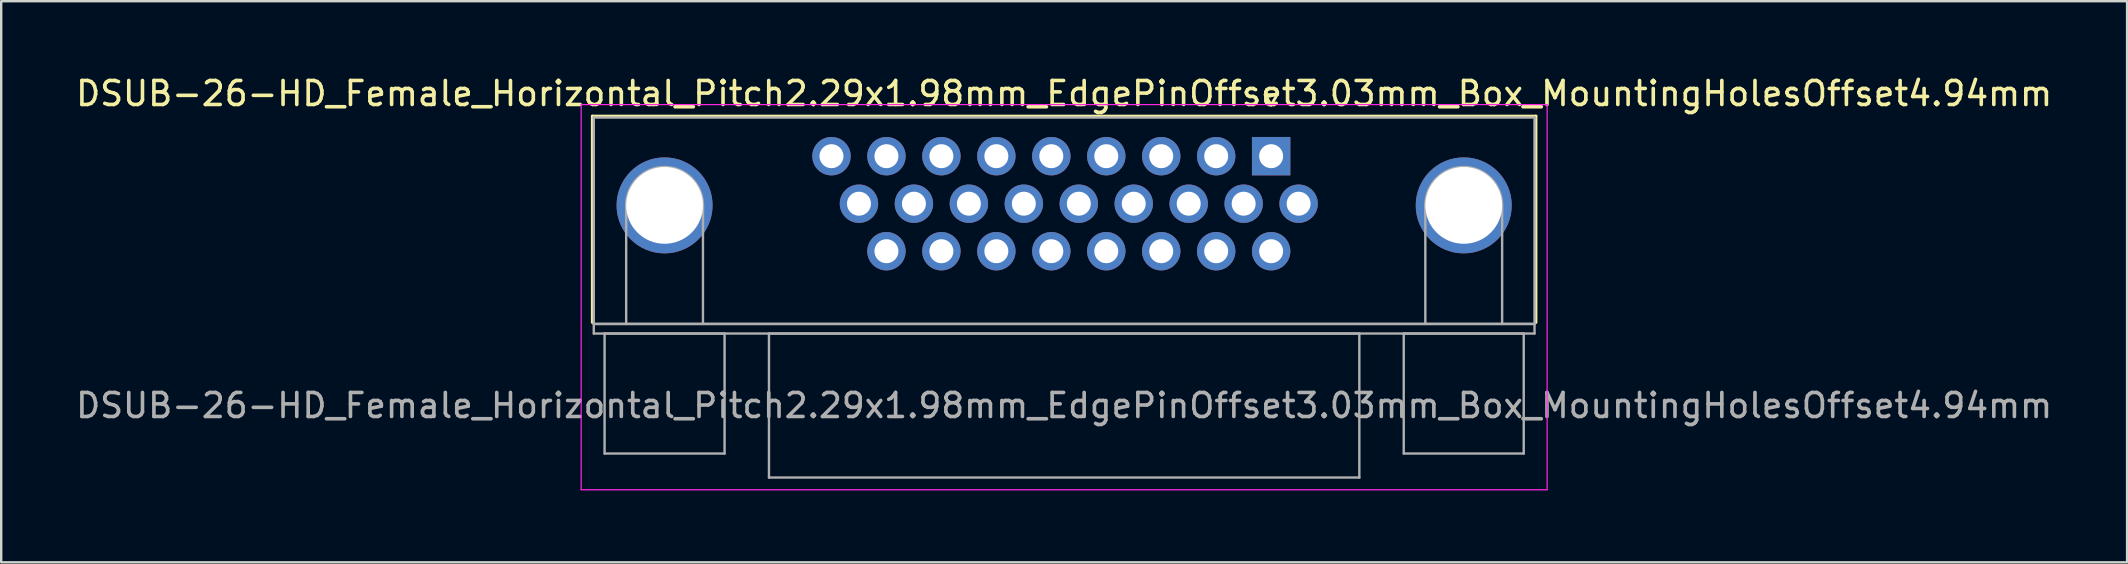
<source format=kicad_pcb>
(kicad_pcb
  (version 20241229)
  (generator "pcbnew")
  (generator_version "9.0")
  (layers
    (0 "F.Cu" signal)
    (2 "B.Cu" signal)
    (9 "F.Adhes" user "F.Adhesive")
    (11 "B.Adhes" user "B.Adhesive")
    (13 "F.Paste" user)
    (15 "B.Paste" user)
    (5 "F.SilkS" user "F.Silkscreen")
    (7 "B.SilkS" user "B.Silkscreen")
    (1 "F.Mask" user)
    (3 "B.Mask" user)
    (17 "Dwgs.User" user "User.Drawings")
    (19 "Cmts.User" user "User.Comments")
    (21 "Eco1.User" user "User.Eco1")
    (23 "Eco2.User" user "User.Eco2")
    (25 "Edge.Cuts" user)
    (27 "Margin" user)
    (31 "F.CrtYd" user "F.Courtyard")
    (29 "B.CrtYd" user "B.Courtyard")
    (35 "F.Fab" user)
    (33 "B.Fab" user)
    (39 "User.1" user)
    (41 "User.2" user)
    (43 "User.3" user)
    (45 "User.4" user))
  (footprint "DSUB-26-HD_Female_Horizontal_Pitch2.29x1.98mm_EdgePinOffset3.03mm_Box_MountingHolesOffset4.94mm"
    (layer "F.Cu")
    (at 49.917 3.458)
    (property "Reference" "DSUB-26-HD_Female_Horizontal_Pitch2.29x1.98mm_EdgePinOffset3.03mm_Box_MountingHolesOffset4.94mm" (at -8.625 -2.61 0) (layer "F.SilkS") (effects (font (size 1 1) (thickness 0.15))))
    (attr through_hole)
    (fp_line (start -28.285 -1.67) (end 11.035 -1.67) (stroke (width 0.12) (type solid)) (layer "F.SilkS"))
    (fp_line (start -28.285 6.93) (end -28.285 -1.67) (stroke (width 0.12) (type solid)) (layer "F.SilkS"))
    (fp_line (start -0.25 -2.564) (end 0.25 -2.564) (stroke (width 0.12) (type solid)) (layer "F.SilkS"))
    (fp_line (start 0 -2.131) (end -0.25 -2.564) (stroke (width 0.12) (type solid)) (layer "F.SilkS"))
    (fp_line (start 0.25 -2.564) (end 0 -2.131) (stroke (width 0.12) (type solid)) (layer "F.SilkS"))
    (fp_line (start 11.035 -1.67) (end 11.035 6.93) (stroke (width 0.12) (type solid)) (layer "F.SilkS"))
    (fp_line (start -28.75 -2.15) (end -28.75 13.9) (stroke (width 0.05) (type solid)) (layer "F.CrtYd"))
    (fp_line (start -28.75 13.9) (end 11.5 13.9) (stroke (width 0.05) (type solid)) (layer "F.CrtYd"))
    (fp_line (start 11.5 -2.15) (end -28.75 -2.15) (stroke (width 0.05) (type solid)) (layer "F.CrtYd"))
    (fp_line (start 11.5 13.9) (end 11.5 -2.15) (stroke (width 0.05) (type solid)) (layer "F.CrtYd"))
    (fp_line (start -28.225 -1.61) (end -28.225 6.99) (stroke (width 0.1) (type solid)) (layer "F.Fab"))
    (fp_line (start -28.225 6.99) (end -28.225 7.39) (stroke (width 0.1) (type solid)) (layer "F.Fab"))
    (fp_line (start -28.225 6.99) (end 10.975 6.99) (stroke (width 0.1) (type solid)) (layer "F.Fab"))
    (fp_line (start -28.225 7.39) (end 10.975 7.39) (stroke (width 0.1) (type solid)) (layer "F.Fab"))
    (fp_line (start -27.775 7.39) (end -27.775 12.39) (stroke (width 0.1) (type solid)) (layer "F.Fab"))
    (fp_line (start -27.775 12.39) (end -22.775 12.39) (stroke (width 0.1) (type solid)) (layer "F.Fab"))
    (fp_line (start -26.875 6.99) (end -26.875 2.05) (stroke (width 0.1) (type solid)) (layer "F.Fab"))
    (fp_line (start -23.675 6.99) (end -23.675 2.05) (stroke (width 0.1) (type solid)) (layer "F.Fab"))
    (fp_line (start -22.775 7.39) (end -27.775 7.39) (stroke (width 0.1) (type solid)) (layer "F.Fab"))
    (fp_line (start -22.775 12.39) (end -22.775 7.39) (stroke (width 0.1) (type solid)) (layer "F.Fab"))
    (fp_line (start -20.925 7.39) (end -20.925 13.39) (stroke (width 0.1) (type solid)) (layer "F.Fab"))
    (fp_line (start -20.925 13.39) (end 3.675 13.39) (stroke (width 0.1) (type solid)) (layer "F.Fab"))
    (fp_line (start 3.675 7.39) (end -20.925 7.39) (stroke (width 0.1) (type solid)) (layer "F.Fab"))
    (fp_line (start 3.675 13.39) (end 3.675 7.39) (stroke (width 0.1) (type solid)) (layer "F.Fab"))
    (fp_line (start 5.525 7.39) (end 5.525 12.39) (stroke (width 0.1) (type solid)) (layer "F.Fab"))
    (fp_line (start 5.525 12.39) (end 10.525 12.39) (stroke (width 0.1) (type solid)) (layer "F.Fab"))
    (fp_line (start 6.425 6.99) (end 6.425 2.05) (stroke (width 0.1) (type solid)) (layer "F.Fab"))
    (fp_line (start 9.625 6.99) (end 9.625 2.05) (stroke (width 0.1) (type solid)) (layer "F.Fab"))
    (fp_line (start 10.525 7.39) (end 5.525 7.39) (stroke (width 0.1) (type solid)) (layer "F.Fab"))
    (fp_line (start 10.525 12.39) (end 10.525 7.39) (stroke (width 0.1) (type solid)) (layer "F.Fab"))
    (fp_line (start 10.975 -1.61) (end -28.225 -1.61) (stroke (width 0.1) (type solid)) (layer "F.Fab"))
    (fp_line (start 10.975 6.99) (end -28.225 6.99) (stroke (width 0.1) (type solid)) (layer "F.Fab"))
    (fp_line (start 10.975 6.99) (end 10.975 -1.61) (stroke (width 0.1) (type solid)) (layer "F.Fab"))
    (fp_line (start 10.975 7.39) (end 10.975 6.99) (stroke (width 0.1) (type solid)) (layer "F.Fab"))
    (fp_arc (start -26.875 2.05) (mid -25.275 0.45) (end -23.675 2.05) (stroke (width 0.1) (type solid)) (layer "F.Fab"))
    (fp_arc (start 6.425 2.05) (mid 8.025 0.45) (end 9.625 2.05) (stroke (width 0.1) (type solid)) (layer "F.Fab"))
    (fp_text user "${REFERENCE}" (at -8.625 10.39 0) (layer "F.Fab") (effects (font (size 1 1) (thickness 0.15))))
    (pad "0" thru_hole circle (at -25.275 2.05) (size 4 4) (drill 3.2) (layers "*.Cu" "*.Mask"))
    (pad "0" thru_hole circle (at 8.025 2.05) (size 4 4) (drill 3.2) (layers "*.Cu" "*.Mask"))
    (pad "1" thru_hole rect (at 0 0) (size 1.6 1.6) (drill 1) (layers "*.Cu" "*.Mask"))
    (pad "2" thru_hole circle (at -2.29 0) (size 1.6 1.6) (drill 1) (layers "*.Cu" "*.Mask"))
    (pad "3" thru_hole circle (at -4.58 0) (size 1.6 1.6) (drill 1) (layers "*.Cu" "*.Mask"))
    (pad "4" thru_hole circle (at -6.87 0) (size 1.6 1.6) (drill 1) (layers "*.Cu" "*.Mask"))
    (pad "5" thru_hole circle (at -9.16 0) (size 1.6 1.6) (drill 1) (layers "*.Cu" "*.Mask"))
    (pad "6" thru_hole circle (at -11.45 0) (size 1.6 1.6) (drill 1) (layers "*.Cu" "*.Mask"))
    (pad "7" thru_hole circle (at -13.74 0) (size 1.6 1.6) (drill 1) (layers "*.Cu" "*.Mask"))
    (pad "8" thru_hole circle (at -16.03 0) (size 1.6 1.6) (drill 1) (layers "*.Cu" "*.Mask"))
    (pad "9" thru_hole circle (at -18.32 0) (size 1.6 1.6) (drill 1) (layers "*.Cu" "*.Mask"))
    (pad "10" thru_hole circle (at 1.145 1.98) (size 1.6 1.6) (drill 1) (layers "*.Cu" "*.Mask"))
    (pad "11" thru_hole circle (at -1.145 1.98) (size 1.6 1.6) (drill 1) (layers "*.Cu" "*.Mask"))
    (pad "12" thru_hole circle (at -3.435 1.98) (size 1.6 1.6) (drill 1) (layers "*.Cu" "*.Mask"))
    (pad "13" thru_hole circle (at -5.725 1.98) (size 1.6 1.6) (drill 1) (layers "*.Cu" "*.Mask"))
    (pad "14" thru_hole circle (at -8.015 1.98) (size 1.6 1.6) (drill 1) (layers "*.Cu" "*.Mask"))
    (pad "15" thru_hole circle (at -10.305 1.98) (size 1.6 1.6) (drill 1) (layers "*.Cu" "*.Mask"))
    (pad "16" thru_hole circle (at -12.595 1.98) (size 1.6 1.6) (drill 1) (layers "*.Cu" "*.Mask"))
    (pad "17" thru_hole circle (at -14.885 1.98) (size 1.6 1.6) (drill 1) (layers "*.Cu" "*.Mask"))
    (pad "18" thru_hole circle (at -17.175 1.98) (size 1.6 1.6) (drill 1) (layers "*.Cu" "*.Mask"))
    (pad "19" thru_hole circle (at 0 3.96) (size 1.6 1.6) (drill 1) (layers "*.Cu" "*.Mask"))
    (pad "20" thru_hole circle (at -2.29 3.96) (size 1.6 1.6) (drill 1) (layers "*.Cu" "*.Mask"))
    (pad "21" thru_hole circle (at -4.58 3.96) (size 1.6 1.6) (drill 1) (layers "*.Cu" "*.Mask"))
    (pad "22" thru_hole circle (at -6.87 3.96) (size 1.6 1.6) (drill 1) (layers "*.Cu" "*.Mask"))
    (pad "23" thru_hole circle (at -9.16 3.96) (size 1.6 1.6) (drill 1) (layers "*.Cu" "*.Mask"))
    (pad "24" thru_hole circle (at -11.45 3.96) (size 1.6 1.6) (drill 1) (layers "*.Cu" "*.Mask"))
    (pad "25" thru_hole circle (at -13.74 3.96) (size 1.6 1.6) (drill 1) (layers "*.Cu" "*.Mask"))
    (pad "26" thru_hole circle (at -16.03 3.96) (size 1.6 1.6) (drill 1) (layers "*.Cu" "*.Mask")))
  (gr_rect
    (start -3 -3)
    (end 85.583 20.383)
    (stroke (width 0.1) (type default))
    (fill no)
    (layer "Edge.Cuts")))
</source>
